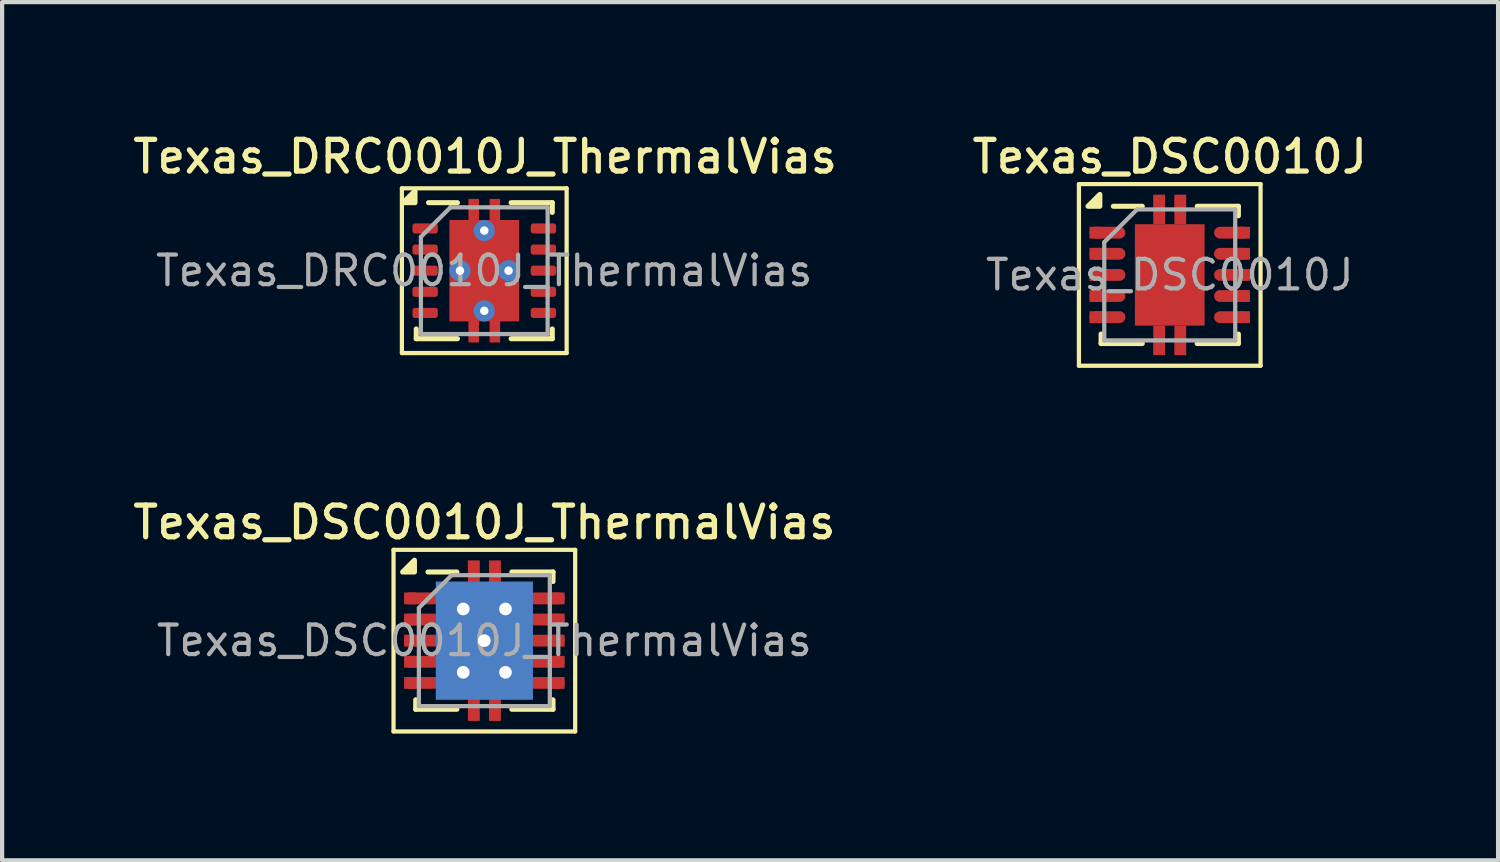
<source format=kicad_pcb>
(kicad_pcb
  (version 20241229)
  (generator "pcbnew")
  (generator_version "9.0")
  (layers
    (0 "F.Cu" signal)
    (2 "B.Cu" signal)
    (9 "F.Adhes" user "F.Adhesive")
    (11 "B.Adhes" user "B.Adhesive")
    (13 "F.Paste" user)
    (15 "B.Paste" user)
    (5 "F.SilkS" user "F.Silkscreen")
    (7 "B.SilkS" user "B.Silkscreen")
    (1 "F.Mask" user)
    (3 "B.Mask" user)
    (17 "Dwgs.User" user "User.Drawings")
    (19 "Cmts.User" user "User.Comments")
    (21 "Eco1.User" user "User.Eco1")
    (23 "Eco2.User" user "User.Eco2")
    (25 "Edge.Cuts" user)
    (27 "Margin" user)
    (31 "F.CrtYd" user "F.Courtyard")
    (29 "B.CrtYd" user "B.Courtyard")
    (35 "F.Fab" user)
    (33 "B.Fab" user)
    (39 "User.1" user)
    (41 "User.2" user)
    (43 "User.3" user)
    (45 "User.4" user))
  (footprint "Texas_DSC0010J"
    (layer "F.Cu")
    (at 24.641 3.458)
    (property "Reference" "Texas_DSC0010J" (at 0 -2.8 0) (layer "F.SilkS") (effects (font (size 0.75 0.75) (thickness 0.125))))
    (attr smd)
    (fp_line (start -2.15 -2.15) (end -2.15 2.15) (stroke (width 0.1) (type solid)) (layer "F.SilkS"))
    (fp_line (start -2.15 -2.15) (end 2.15 -2.15) (stroke (width 0.1) (type solid)) (layer "F.SilkS"))
    (fp_line (start -2.15 2.15) (end 2.15 2.15) (stroke (width 0.1) (type solid)) (layer "F.SilkS"))
    (fp_line (start -1.625 1.625) (end -1.625 1.4) (stroke (width 0.12) (type solid)) (layer "F.SilkS"))
    (fp_line (start -1.625 1.625) (end -0.65 1.625) (stroke (width 0.12) (type solid)) (layer "F.SilkS"))
    (fp_line (start -1.335 -1.625) (end -0.65 -1.625) (stroke (width 0.12) (type solid)) (layer "F.SilkS"))
    (fp_line (start 0.65 -1.625) (end 1.625 -1.625) (stroke (width 0.12) (type solid)) (layer "F.SilkS"))
    (fp_line (start 0.65 1.625) (end 1.625 1.625) (stroke (width 0.12) (type solid)) (layer "F.SilkS"))
    (fp_line (start 1.625 -1.4) (end 1.625 -1.625) (stroke (width 0.12) (type solid)) (layer "F.SilkS"))
    (fp_line (start 1.625 1.4) (end 1.625 1.625) (stroke (width 0.12) (type solid)) (layer "F.SilkS"))
    (fp_line (start 2.15 -2.15) (end 2.15 2.15) (stroke (width 0.1) (type solid)) (layer "F.SilkS"))
    (fp_poly (pts (xy -1.655 -1.625) (xy -1.935 -1.625) (xy -1.655 -1.905) (xy -1.655 -1.625)) (stroke (width 0.12) (type solid)) (fill yes) (layer "F.SilkS"))
    (fp_line (start -1.55 1.55) (end -1.55 -0.775) (stroke (width 0.1) (type solid)) (layer "F.Fab"))
    (fp_line (start -0.775 -1.55) (end -1.55 -0.775) (stroke (width 0.1) (type solid)) (layer "F.Fab"))
    (fp_line (start -0.775 -1.55) (end 1.55 -1.55) (stroke (width 0.1) (type solid)) (layer "F.Fab"))
    (fp_line (start 1.55 -1.55) (end 1.55 1.55) (stroke (width 0.1) (type solid)) (layer "F.Fab"))
    (fp_line (start 1.55 1.55) (end -1.55 1.55) (stroke (width 0.1) (type solid)) (layer "F.Fab"))
    (fp_text user "${REFERENCE}" (at 0 0 0) (layer "F.Fab") (effects (font (size 0.7 0.7) (thickness 0.1))))
    (pad "1" smd rect (at -1.76 -1) (size 0.28 0.28) (layers "F.Cu" "F.Mask" "F.Paste"))
    (pad "1" smd oval (at -1.475 -1) (size 0.85 0.28) (layers "F.Cu" "F.Mask" "F.Paste"))
    (pad "2" smd rect (at -1.76 -0.5) (size 0.28 0.28) (layers "F.Cu" "F.Mask" "F.Paste"))
    (pad "2" smd oval (at -1.475 -0.5) (size 0.85 0.28) (layers "F.Cu" "F.Mask" "F.Paste"))
    (pad "3" smd rect (at -1.76 0) (size 0.28 0.28) (layers "F.Cu" "F.Mask" "F.Paste"))
    (pad "3" smd oval (at -1.475 0) (size 0.85 0.28) (layers "F.Cu" "F.Mask" "F.Paste"))
    (pad "4" smd rect (at -1.76 0.5) (size 0.28 0.28) (layers "F.Cu" "F.Mask" "F.Paste"))
    (pad "4" smd oval (at -1.475 0.5) (size 0.85 0.28) (layers "F.Cu" "F.Mask" "F.Paste"))
    (pad "5" smd rect (at -1.76 1) (size 0.28 0.28) (layers "F.Cu" "F.Mask" "F.Paste"))
    (pad "5" smd oval (at -1.475 1) (size 0.85 0.28) (layers "F.Cu" "F.Mask" "F.Paste"))
    (pad "6" smd oval (at 1.475 1) (size 0.85 0.28) (layers "F.Cu" "F.Mask" "F.Paste"))
    (pad "6" smd rect (at 1.76 1) (size 0.28 0.28) (layers "F.Cu" "F.Mask" "F.Paste"))
    (pad "7" smd oval (at 1.475 0.5) (size 0.85 0.28) (layers "F.Cu" "F.Mask" "F.Paste"))
    (pad "7" smd rect (at 1.76 0.5) (size 0.28 0.28) (layers "F.Cu" "F.Mask" "F.Paste"))
    (pad "8" smd oval (at 1.475 0) (size 0.85 0.28) (layers "F.Cu" "F.Mask" "F.Paste"))
    (pad "8" smd rect (at 1.76 0) (size 0.28 0.28) (layers "F.Cu" "F.Mask" "F.Paste"))
    (pad "9" smd oval (at 1.475 -0.5) (size 0.85 0.28) (layers "F.Cu" "F.Mask" "F.Paste"))
    (pad "9" smd rect (at 1.76 -0.5) (size 0.28 0.28) (layers "F.Cu" "F.Mask" "F.Paste"))
    (pad "10" smd oval (at 1.475 -1) (size 0.85 0.28) (layers "F.Cu" "F.Mask" "F.Paste"))
    (pad "10" smd rect (at 1.76 -1) (size 0.28 0.28) (layers "F.Cu" "F.Mask" "F.Paste"))
    (pad "11" smd rect (at -0.45 -0.635) (size 0.68 1.05) (layers "F.Cu" "F.Mask" "F.Paste"))
    (pad "11" smd rect (at -0.45 0.635) (size 0.68 1.05) (layers "F.Cu" "F.Mask" "F.Paste"))
    (pad "11" smd rect (at -0.25 -1.63) (size 0.26 0.5) (layers "F.Cu" "F.Mask" "F.Paste"))
    (pad "11" smd rect (at -0.25 -1.55) (size 0.28 0.7) (layers "F.Cu" "F.Mask"))
    (pad "11" smd rect (at -0.25 1.55) (size 0.28 0.7) (layers "F.Cu" "F.Mask"))
    (pad "11" smd rect (at -0.25 1.63) (size 0.26 0.5) (layers "F.Cu" "F.Mask" "F.Paste"))
    (pad "11" smd rect (at 0 0) (size 1.65 2.4) (layers "F.Cu" "F.Mask"))
    (pad "11" smd rect (at 0.25 -1.63) (size 0.26 0.5) (layers "F.Cu" "F.Mask" "F.Paste"))
    (pad "11" smd rect (at 0.25 -1.55) (size 0.28 0.7) (layers "F.Cu" "F.Mask"))
    (pad "11" smd rect (at 0.25 1.55) (size 0.28 0.7) (layers "F.Cu" "F.Mask"))
    (pad "11" smd rect (at 0.25 1.63) (size 0.26 0.5) (layers "F.Cu" "F.Mask" "F.Paste"))
    (pad "11" smd rect (at 0.45 -0.635) (size 0.68 1.05) (layers "F.Cu" "F.Mask" "F.Paste"))
    (pad "11" smd rect (at 0.45 0.635) (size 0.68 1.05) (layers "F.Cu" "F.Mask" "F.Paste")))
  (footprint "Texas_DSC0010J_ThermalVias"
    (layer "F.Cu")
    (at 8.416 12.116)
    (property "Reference" "Texas_DSC0010J_ThermalVias" (at 0 -2.8 0) (layer "F.SilkS") (effects (font (size 0.75 0.75) (thickness 0.125))))
    (attr smd)
    (fp_line (start -2.15 -2.15) (end -2.15 2.15) (stroke (width 0.1) (type solid)) (layer "F.SilkS"))
    (fp_line (start -2.15 -2.15) (end 2.15 -2.15) (stroke (width 0.1) (type solid)) (layer "F.SilkS"))
    (fp_line (start -2.15 2.15) (end 2.15 2.15) (stroke (width 0.1) (type solid)) (layer "F.SilkS"))
    (fp_line (start -1.625 1.625) (end -1.625 1.4) (stroke (width 0.12) (type solid)) (layer "F.SilkS"))
    (fp_line (start -1.625 1.625) (end -0.65 1.625) (stroke (width 0.12) (type solid)) (layer "F.SilkS"))
    (fp_line (start -1.335 -1.625) (end -0.65 -1.625) (stroke (width 0.12) (type solid)) (layer "F.SilkS"))
    (fp_line (start 0.65 -1.625) (end 1.625 -1.625) (stroke (width 0.12) (type solid)) (layer "F.SilkS"))
    (fp_line (start 0.65 1.625) (end 1.625 1.625) (stroke (width 0.12) (type solid)) (layer "F.SilkS"))
    (fp_line (start 1.625 -1.4) (end 1.625 -1.625) (stroke (width 0.12) (type solid)) (layer "F.SilkS"))
    (fp_line (start 1.625 1.4) (end 1.625 1.625) (stroke (width 0.12) (type solid)) (layer "F.SilkS"))
    (fp_line (start 2.15 -2.15) (end 2.15 2.15) (stroke (width 0.1) (type solid)) (layer "F.SilkS"))
    (fp_poly (pts (xy -1.655 -1.625) (xy -1.935 -1.625) (xy -1.655 -1.905) (xy -1.655 -1.625)) (stroke (width 0.12) (type solid)) (fill yes) (layer "F.SilkS"))
    (fp_line (start -1.55 1.55) (end -1.55 -0.775) (stroke (width 0.1) (type solid)) (layer "F.Fab"))
    (fp_line (start -0.775 -1.55) (end -1.55 -0.775) (stroke (width 0.1) (type solid)) (layer "F.Fab"))
    (fp_line (start -0.775 -1.55) (end 1.55 -1.55) (stroke (width 0.1) (type solid)) (layer "F.Fab"))
    (fp_line (start 1.55 -1.55) (end 1.55 1.55) (stroke (width 0.1) (type solid)) (layer "F.Fab"))
    (fp_line (start 1.55 1.55) (end -1.55 1.55) (stroke (width 0.1) (type solid)) (layer "F.Fab"))
    (fp_text user "${REFERENCE}" (at 0 0 0) (layer "F.Fab") (effects (font (size 0.7 0.7) (thickness 0.1))))
    (pad "1" smd rect (at -1.76 -1) (size 0.28 0.28) (layers "F.Cu" "F.Mask" "F.Paste"))
    (pad "1" smd oval (at -1.475 -1) (size 0.85 0.28) (layers "F.Cu" "F.Mask" "F.Paste"))
    (pad "2" smd rect (at -1.76 -0.5) (size 0.28 0.28) (layers "F.Cu" "F.Mask" "F.Paste"))
    (pad "2" smd oval (at -1.475 -0.5) (size 0.85 0.28) (layers "F.Cu" "F.Mask" "F.Paste"))
    (pad "3" smd rect (at -1.76 0) (size 0.28 0.28) (layers "F.Cu" "F.Mask" "F.Paste"))
    (pad "3" smd oval (at -1.475 0) (size 0.85 0.28) (layers "F.Cu" "F.Mask" "F.Paste"))
    (pad "4" smd rect (at -1.76 0.5) (size 0.28 0.28) (layers "F.Cu" "F.Mask" "F.Paste"))
    (pad "4" smd oval (at -1.475 0.5) (size 0.85 0.28) (layers "F.Cu" "F.Mask" "F.Paste"))
    (pad "5" smd rect (at -1.76 1) (size 0.28 0.28) (layers "F.Cu" "F.Mask" "F.Paste"))
    (pad "5" smd oval (at -1.475 1) (size 0.85 0.28) (layers "F.Cu" "F.Mask" "F.Paste"))
    (pad "6" smd oval (at 1.475 1) (size 0.85 0.28) (layers "F.Cu" "F.Mask" "F.Paste"))
    (pad "6" smd rect (at 1.76 1) (size 0.28 0.28) (layers "F.Cu" "F.Mask" "F.Paste"))
    (pad "7" smd oval (at 1.475 0.5) (size 0.85 0.28) (layers "F.Cu" "F.Mask" "F.Paste"))
    (pad "7" smd rect (at 1.76 0.5) (size 0.28 0.28) (layers "F.Cu" "F.Mask" "F.Paste"))
    (pad "8" smd oval (at 1.475 0) (size 0.85 0.28) (layers "F.Cu" "F.Mask" "F.Paste"))
    (pad "8" smd rect (at 1.76 0) (size 0.28 0.28) (layers "F.Cu" "F.Mask" "F.Paste"))
    (pad "9" smd oval (at 1.475 -0.5) (size 0.85 0.28) (layers "F.Cu" "F.Mask" "F.Paste"))
    (pad "9" smd rect (at 1.76 -0.5) (size 0.28 0.28) (layers "F.Cu" "F.Mask" "F.Paste"))
    (pad "10" smd oval (at 1.475 -1) (size 0.85 0.28) (layers "F.Cu" "F.Mask" "F.Paste"))
    (pad "10" smd rect (at 1.76 -1) (size 0.28 0.28) (layers "F.Cu" "F.Mask" "F.Paste"))
    (pad "11" thru_hole circle (at -0.5 -0.75) (size 0.6 0.6) (drill 0.3) (layers "*.Cu" "*.Mask"))
    (pad "11" thru_hole circle (at -0.5 0.75) (size 0.6 0.6) (drill 0.3) (layers "*.Cu" "*.Mask"))
    (pad "11" smd rect (at -0.45 -0.635) (size 0.68 1.05) (layers "F.Cu" "F.Mask" "F.Paste"))
    (pad "11" smd rect (at -0.45 0.635) (size 0.68 1.05) (layers "F.Cu" "F.Mask" "F.Paste"))
    (pad "11" smd rect (at -0.25 -1.63) (size 0.26 0.5) (layers "F.Cu" "F.Mask" "F.Paste"))
    (pad "11" smd rect (at -0.25 -1.55) (size 0.28 0.7) (layers "F.Cu" "F.Mask"))
    (pad "11" smd rect (at -0.25 1.55) (size 0.28 0.7) (layers "F.Cu" "F.Mask"))
    (pad "11" smd rect (at -0.25 1.63) (size 0.26 0.5) (layers "F.Cu" "F.Mask" "F.Paste"))
    (pad "11" thru_hole circle (at 0 0) (size 0.6 0.6) (drill 0.3) (layers "*.Cu" "*.Mask"))
    (pad "11" smd rect (at 0 0) (size 1.65 2.4) (layers "F.Cu" "F.Mask"))
    (pad "11" smd rect (at 0 0) (size 2.3 2.8) (layers "B.Cu"))
    (pad "11" smd rect (at 0.25 -1.63) (size 0.26 0.5) (layers "F.Cu" "F.Mask" "F.Paste"))
    (pad "11" smd rect (at 0.25 -1.55) (size 0.28 0.7) (layers "F.Cu" "F.Mask"))
    (pad "11" smd rect (at 0.25 1.55) (size 0.28 0.7) (layers "F.Cu" "F.Mask"))
    (pad "11" smd rect (at 0.25 1.63) (size 0.26 0.5) (layers "F.Cu" "F.Mask" "F.Paste"))
    (pad "11" smd rect (at 0.45 -0.635) (size 0.68 1.05) (layers "F.Cu" "F.Mask" "F.Paste"))
    (pad "11" smd rect (at 0.45 0.635) (size 0.68 1.05) (layers "F.Cu" "F.Mask" "F.Paste"))
    (pad "11" thru_hole circle (at 0.5 -0.75) (size 0.6 0.6) (drill 0.3) (layers "*.Cu" "*.Mask"))
    (pad "11" thru_hole circle (at 0.5 0.75) (size 0.6 0.6) (drill 0.3) (layers "*.Cu" "*.Mask")))
  (footprint "Texas_DRC0010J_ThermalVias"
    (layer "F.Cu")
    (at 8.414 3.358)
    (property "Reference" "Texas_DRC0010J_ThermalVias" (at 0.02 -2.7 0) (layer "F.SilkS") (effects (font (size 0.75 0.75) (thickness 0.125))))
    (attr smd)
    (fp_line (start -1.95 -1.95) (end -1.95 1.95) (stroke (width 0.1) (type solid)) (layer "F.SilkS"))
    (fp_line (start -1.95 -1.95) (end 1.95 -1.95) (stroke (width 0.1) (type solid)) (layer "F.SilkS"))
    (fp_line (start -1.95 1.95) (end 1.95 1.95) (stroke (width 0.1) (type solid)) (layer "F.SilkS"))
    (fp_line (start -1.61 1.38) (end -1.61 1.61) (stroke (width 0.12) (type solid)) (layer "F.SilkS"))
    (fp_line (start -1.61 1.61) (end -0.635 1.61) (stroke (width 0.12) (type solid)) (layer "F.SilkS"))
    (fp_line (start -1.32 -1.61) (end -0.635 -1.61) (stroke (width 0.12) (type solid)) (layer "F.SilkS"))
    (fp_line (start 0.635 -1.61) (end 1.61 -1.61) (stroke (width 0.12) (type solid)) (layer "F.SilkS"))
    (fp_line (start 0.635 1.61) (end 1.61 1.61) (stroke (width 0.12) (type solid)) (layer "F.SilkS"))
    (fp_line (start 1.61 -1.61) (end 1.61 -1.38) (stroke (width 0.12) (type solid)) (layer "F.SilkS"))
    (fp_line (start 1.61 1.38) (end 1.61 1.61) (stroke (width 0.12) (type solid)) (layer "F.SilkS"))
    (fp_line (start 1.95 -1.95) (end 1.95 1.95) (stroke (width 0.1) (type solid)) (layer "F.SilkS"))
    (fp_poly (pts (xy -1.64 -1.61) (xy -1.92 -1.61) (xy -1.64 -1.89) (xy -1.64 -1.61)) (stroke (width 0.12) (type solid)) (fill yes) (layer "F.SilkS"))
    (fp_line (start -1.5 -0.8) (end -1.5 1.5) (stroke (width 0.1) (type solid)) (layer "F.Fab"))
    (fp_line (start -1.5 -0.8) (end -0.8 -1.5) (stroke (width 0.1) (type solid)) (layer "F.Fab"))
    (fp_line (start -1.5 1.5) (end 1.5 1.5) (stroke (width 0.1) (type solid)) (layer "F.Fab"))
    (fp_line (start -0.8 -1.5) (end 1.5 -1.5) (stroke (width 0.1) (type solid)) (layer "F.Fab"))
    (fp_line (start 1.5 -1.5) (end 1.5 1.5) (stroke (width 0.1) (type solid)) (layer "F.Fab"))
    (fp_text user "${REFERENCE}" (at 0 0 0) (layer "F.Fab") (effects (font (size 0.7 0.7) (thickness 0.1))))
    (pad "" smd roundrect (at -0.25 -1.53) (size 0.25 0.34) (layers "F.Paste") (roundrect_rratio 0.1))
    (pad "" smd roundrect (at -0.25 1.53) (size 0.25 0.34) (layers "F.Paste") (roundrect_rratio 0.1))
    (pad "" smd roundrect (at 0 -0.63) (size 1.5 1.06) (layers "F.Paste") (roundrect_rratio 0.1))
    (pad "" smd roundrect (at 0 0.63) (size 1.5 1.06) (layers "F.Paste") (roundrect_rratio 0.1))
    (pad "" smd roundrect (at 0.25 -1.53) (size 0.25 0.34) (layers "F.Paste") (roundrect_rratio 0.1))
    (pad "" smd roundrect (at 0.25 1.53) (size 0.25 0.34) (layers "F.Paste") (roundrect_rratio 0.1))
    (pad "1" smd roundrect (at -1.4 -1) (size 0.6 0.24) (layers "F.Cu" "F.Mask" "F.Paste") (roundrect_rratio 0.25))
    (pad "2" smd roundrect (at -1.4 -0.5) (size 0.6 0.24) (layers "F.Cu" "F.Mask" "F.Paste") (roundrect_rratio 0.25))
    (pad "3" smd roundrect (at -1.4 0) (size 0.6 0.24) (layers "F.Cu" "F.Mask" "F.Paste") (roundrect_rratio 0.25))
    (pad "4" smd roundrect (at -1.4 0.5) (size 0.6 0.24) (layers "F.Cu" "F.Mask" "F.Paste") (roundrect_rratio 0.25))
    (pad "5" smd roundrect (at -1.4 1) (size 0.6 0.24) (layers "F.Cu" "F.Mask" "F.Paste") (roundrect_rratio 0.25))
    (pad "6" smd roundrect (at 1.4 1) (size 0.6 0.24) (layers "F.Cu" "F.Mask" "F.Paste") (roundrect_rratio 0.25))
    (pad "7" smd roundrect (at 1.4 0.5) (size 0.6 0.24) (layers "F.Cu" "F.Mask" "F.Paste") (roundrect_rratio 0.25))
    (pad "8" smd roundrect (at 1.4 0) (size 0.6 0.24) (layers "F.Cu" "F.Mask" "F.Paste") (roundrect_rratio 0.25))
    (pad "9" smd roundrect (at 1.4 -0.5) (size 0.6 0.24) (layers "F.Cu" "F.Mask" "F.Paste") (roundrect_rratio 0.25))
    (pad "10" smd roundrect (at 1.4 -1) (size 0.6 0.24) (layers "F.Cu" "F.Mask" "F.Paste") (roundrect_rratio 0.25))
    (pad "11" thru_hole circle (at -0.575 0) (size 0.5 0.5) (drill 0.2) (layers "*.Cu"))
    (pad "11" thru_hole circle (at 0 -0.95) (size 0.5 0.5) (drill 0.2) (layers "*.Cu"))
    (pad "11" smd custom (at 0 0) (size 1.65 2.4) (layers "F.Cu" "F.Mask") (options (anchor rect)) (primitives (gr_poly (pts (xy -0.125 -1.1) (xy 0.125 -1.1) (xy 0.125 -1.7) (xy 0.375 -1.7) (xy 0.375 1.7) (xy 0.125 1.7) (xy 0.125 1.1) (xy -0.125 1.1) (xy -0.125 1.7) (xy -0.375 1.7) (xy -0.375 -1.7) (xy -0.125 -1.7)) (width 0) (fill yes))))
    (pad "11" thru_hole circle (at 0 0.95) (size 0.5 0.5) (drill 0.2) (layers "*.Cu"))
    (pad "11" thru_hole circle (at 0.575 0) (size 0.5 0.5) (drill 0.2) (layers "*.Cu")))
  (gr_rect
    (start -3 -3)
    (end 32.414 17.316)
    (stroke (width 0.1) (type default))
    (fill no)
    (layer "Edge.Cuts")))
</source>
